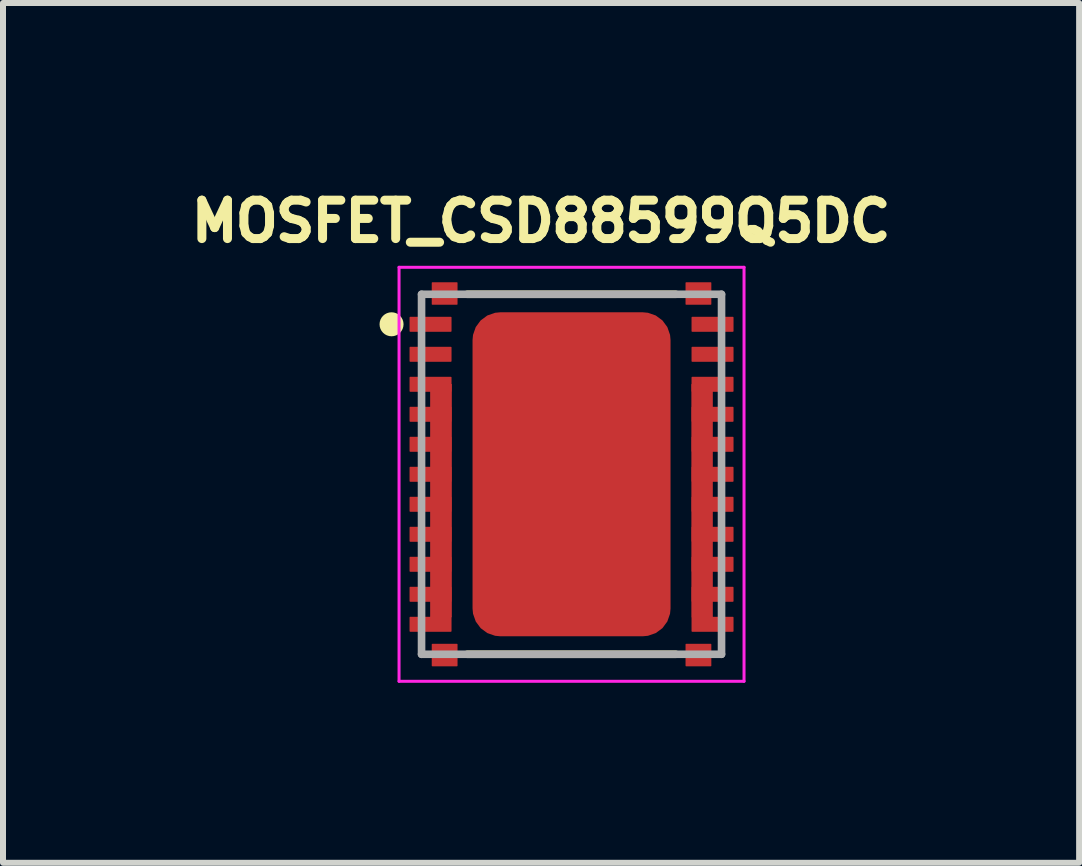
<source format=kicad_pcb>
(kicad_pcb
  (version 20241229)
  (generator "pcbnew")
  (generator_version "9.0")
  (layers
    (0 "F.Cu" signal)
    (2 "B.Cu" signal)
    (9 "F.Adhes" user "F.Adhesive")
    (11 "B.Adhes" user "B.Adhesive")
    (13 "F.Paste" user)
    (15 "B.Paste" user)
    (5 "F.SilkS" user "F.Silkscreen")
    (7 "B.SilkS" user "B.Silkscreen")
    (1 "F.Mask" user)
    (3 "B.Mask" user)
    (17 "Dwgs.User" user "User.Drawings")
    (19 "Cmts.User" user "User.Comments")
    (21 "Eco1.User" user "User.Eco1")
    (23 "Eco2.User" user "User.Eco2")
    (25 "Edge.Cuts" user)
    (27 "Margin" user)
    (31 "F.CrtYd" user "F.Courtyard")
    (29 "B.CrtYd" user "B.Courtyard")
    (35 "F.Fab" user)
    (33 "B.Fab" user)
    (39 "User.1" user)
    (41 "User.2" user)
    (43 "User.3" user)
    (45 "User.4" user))
  (footprint "MOSFET_CSD88599Q5DC"
    (layer "F.Cu")
    (at 6.476 4.855)
    (property "Reference" "MOSFET_CSD88599Q5DC" (at -0.508 -4.217 0) (layer "F.SilkS") (effects (font (size 0.64 0.64) (thickness 0.15))))
    (attr smd)
    (fp_poly (pts (xy -2.353 -1.5) (xy -2 -1.5) (xy -2 2.379) (xy -2.353 2.379)) (stroke (width 0.01) (type solid)) (fill yes) (layer "F.Cu"))
    (fp_poly (pts (xy 2.004 -1.5) (xy 2.35 -1.5) (xy 2.35 2.38) (xy 2.004 2.38)) (stroke (width 0.01) (type solid)) (fill yes) (layer "F.Cu"))
    (fp_line (start -1.738 -3) (end 1.738 -3) (stroke (width 0.127) (type solid)) (layer "F.SilkS"))
    (fp_line (start 1.738 3) (end -1.738 3) (stroke (width 0.127) (type solid)) (layer "F.SilkS"))
    (fp_circle (center -3 -2.5) (end -2.9 -2.5) (stroke (width 0.2) (type solid)) (fill no) (layer "F.SilkS"))
    (fp_poly (pts (xy -2.356 -1.5) (xy -2 -1.5) (xy -2 2.381) (xy -2.356 2.381)) (stroke (width 0.01) (type solid)) (fill yes) (layer "F.Paste"))
    (fp_poly (pts (xy -1.518 1.42) (xy -0.105 1.42) (xy -0.105 2.546) (xy -1.518 2.546)) (stroke (width 0.01) (type solid)) (fill yes) (layer "F.Paste"))
    (fp_poly (pts (xy -1.518 0.1) (xy -0.105 0.1) (xy -0.105 1.223) (xy -1.518 1.223)) (stroke (width 0.01) (type solid)) (fill yes) (layer "F.Paste"))
    (fp_poly (pts (xy -1.518 -2.54) (xy -0.105 -2.54) (xy -0.105 -1.422) (xy -1.518 -1.422)) (stroke (width 0.01) (type solid)) (fill yes) (layer "F.Paste"))
    (fp_poly (pts (xy -1.516 -1.22) (xy -0.105 -1.22) (xy -0.105 -0.1) (xy -1.516 -0.1)) (stroke (width 0.01) (type solid)) (fill yes) (layer "F.Paste"))
    (fp_poly (pts (xy 0.105 1.42) (xy 1.515 1.42) (xy 1.515 2.541) (xy 0.105 2.541)) (stroke (width 0.01) (type solid)) (fill yes) (layer "F.Paste"))
    (fp_poly (pts (xy 0.105 -1.22) (xy 1.515 -1.22) (xy 1.515 -0.1) (xy 0.105 -0.1)) (stroke (width 0.01) (type solid)) (fill yes) (layer "F.Paste"))
    (fp_poly (pts (xy 0.105 -2.54) (xy 1.515 -2.54) (xy 1.515 -1.424) (xy 0.105 -1.424)) (stroke (width 0.01) (type solid)) (fill yes) (layer "F.Paste"))
    (fp_poly (pts (xy 0.105 0.1) (xy 1.515 0.1) (xy 1.515 1.224) (xy 0.105 1.224)) (stroke (width 0.01) (type solid)) (fill yes) (layer "F.Paste"))
    (fp_poly (pts (xy 2.004 -1.5) (xy 2.35 -1.5) (xy 2.35 2.38) (xy 2.004 2.38)) (stroke (width 0.01) (type solid)) (fill yes) (layer "F.Paste"))
    (fp_line (start -2.875 -3.45) (end 2.875 -3.45) (stroke (width 0.05) (type solid)) (layer "F.CrtYd"))
    (fp_line (start -2.875 3.45) (end -2.875 -3.45) (stroke (width 0.05) (type solid)) (layer "F.CrtYd"))
    (fp_line (start 2.875 -3.45) (end 2.875 3.45) (stroke (width 0.05) (type solid)) (layer "F.CrtYd"))
    (fp_line (start 2.875 3.45) (end -2.875 3.45) (stroke (width 0.05) (type solid)) (layer "F.CrtYd"))
    (fp_line (start -2.5 -3) (end 2.5 -3) (stroke (width 0.127) (type solid)) (layer "F.Fab"))
    (fp_line (start -2.5 3) (end -2.5 -3) (stroke (width 0.127) (type solid)) (layer "F.Fab"))
    (fp_line (start 2.5 -3) (end 2.5 3) (stroke (width 0.127) (type solid)) (layer "F.Fab"))
    (fp_line (start 2.5 3) (end -2.5 3) (stroke (width 0.127) (type solid)) (layer "F.Fab"))
    (pad "1" smd roundrect (at -2.35 -2.5 90) (size 0.25 0.7) (layers "F.Cu" "F.Mask" "F.Paste") (roundrect_rratio 0.05))
    (pad "2" smd roundrect (at -2.35 -2 90) (size 0.25 0.7) (layers "F.Cu" "F.Mask" "F.Paste") (roundrect_rratio 0.05))
    (pad "3" smd roundrect (at -2.35 -1.5 90) (size 0.25 0.7) (layers "F.Cu" "F.Mask" "F.Paste") (roundrect_rratio 0.05))
    (pad "4" smd roundrect (at -2.35 -1 90) (size 0.25 0.7) (layers "F.Cu" "F.Mask" "F.Paste") (roundrect_rratio 0.05))
    (pad "5" smd roundrect (at -2.35 -0.5 90) (size 0.25 0.7) (layers "F.Cu" "F.Mask" "F.Paste") (roundrect_rratio 0.05))
    (pad "6" smd roundrect (at -2.35 0 90) (size 0.25 0.7) (layers "F.Cu" "F.Mask" "F.Paste") (roundrect_rratio 0.05))
    (pad "7" smd roundrect (at -2.35 0.5 90) (size 0.25 0.7) (layers "F.Cu" "F.Mask" "F.Paste") (roundrect_rratio 0.05))
    (pad "8" smd roundrect (at -2.35 1 90) (size 0.25 0.7) (layers "F.Cu" "F.Mask" "F.Paste") (roundrect_rratio 0.05))
    (pad "9" smd roundrect (at -2.35 1.5 90) (size 0.25 0.7) (layers "F.Cu" "F.Mask" "F.Paste") (roundrect_rratio 0.05))
    (pad "10" smd roundrect (at -2.35 2 90) (size 0.25 0.7) (layers "F.Cu" "F.Mask" "F.Paste") (roundrect_rratio 0.05))
    (pad "11" smd roundrect (at -2.35 2.5 90) (size 0.25 0.7) (layers "F.Cu" "F.Mask" "F.Paste") (roundrect_rratio 0.05))
    (pad "12" smd roundrect (at 2.35 2.5 90) (size 0.25 0.7) (layers "F.Cu" "F.Mask" "F.Paste") (roundrect_rratio 0.05))
    (pad "13" smd roundrect (at 2.35 2 90) (size 0.25 0.7) (layers "F.Cu" "F.Mask" "F.Paste") (roundrect_rratio 0.05))
    (pad "14" smd roundrect (at 2.35 1.5 90) (size 0.25 0.7) (layers "F.Cu" "F.Mask" "F.Paste") (roundrect_rratio 0.05))
    (pad "15" smd roundrect (at 2.35 1 90) (size 0.25 0.7) (layers "F.Cu" "F.Mask" "F.Paste") (roundrect_rratio 0.05))
    (pad "16" smd roundrect (at 2.35 0.5 90) (size 0.25 0.7) (layers "F.Cu" "F.Mask" "F.Paste") (roundrect_rratio 0.05))
    (pad "17" smd roundrect (at 2.35 0 90) (size 0.25 0.7) (layers "F.Cu" "F.Mask" "F.Paste") (roundrect_rratio 0.05))
    (pad "18" smd roundrect (at 2.35 -0.5 90) (size 0.25 0.7) (layers "F.Cu" "F.Mask" "F.Paste") (roundrect_rratio 0.05))
    (pad "19" smd roundrect (at 2.35 -1 90) (size 0.25 0.7) (layers "F.Cu" "F.Mask" "F.Paste") (roundrect_rratio 0.05))
    (pad "20" smd roundrect (at 2.35 -1.5 90) (size 0.25 0.7) (layers "F.Cu" "F.Mask" "F.Paste") (roundrect_rratio 0.05))
    (pad "21" smd roundrect (at 2.35 -2 90) (size 0.25 0.7) (layers "F.Cu" "F.Mask" "F.Paste") (roundrect_rratio 0.05))
    (pad "22" smd roundrect (at 2.35 -2.5 90) (size 0.25 0.7) (layers "F.Cu" "F.Mask" "F.Paste") (roundrect_rratio 0.05))
    (pad "23" smd roundrect (at -2.115 -3.013) (size 0.43 0.375) (layers "F.Cu" "F.Mask" "F.Paste") (roundrect_rratio 0.03))
    (pad "24" smd roundrect (at -2.115 3.013) (size 0.43 0.375) (layers "F.Cu" "F.Mask" "F.Paste") (roundrect_rratio 0.03))
    (pad "25" smd roundrect (at 2.115 3.013) (size 0.43 0.375) (layers "F.Cu" "F.Mask" "F.Paste") (roundrect_rratio 0.03))
    (pad "26" smd roundrect (at 2.115 -3.013) (size 0.43 0.375) (layers "F.Cu" "F.Mask" "F.Paste") (roundrect_rratio 0.03))
    (pad "27" smd roundrect (at 0 0) (size 3.3 5.4) (layers "F.Cu" "F.Mask") (roundrect_rratio 0.14)))
  (gr_rect
    (start -3 -3)
    (end 14.936 11.33)
    (stroke (width 0.1) (type default))
    (fill no)
    (layer "Edge.Cuts")))
</source>
